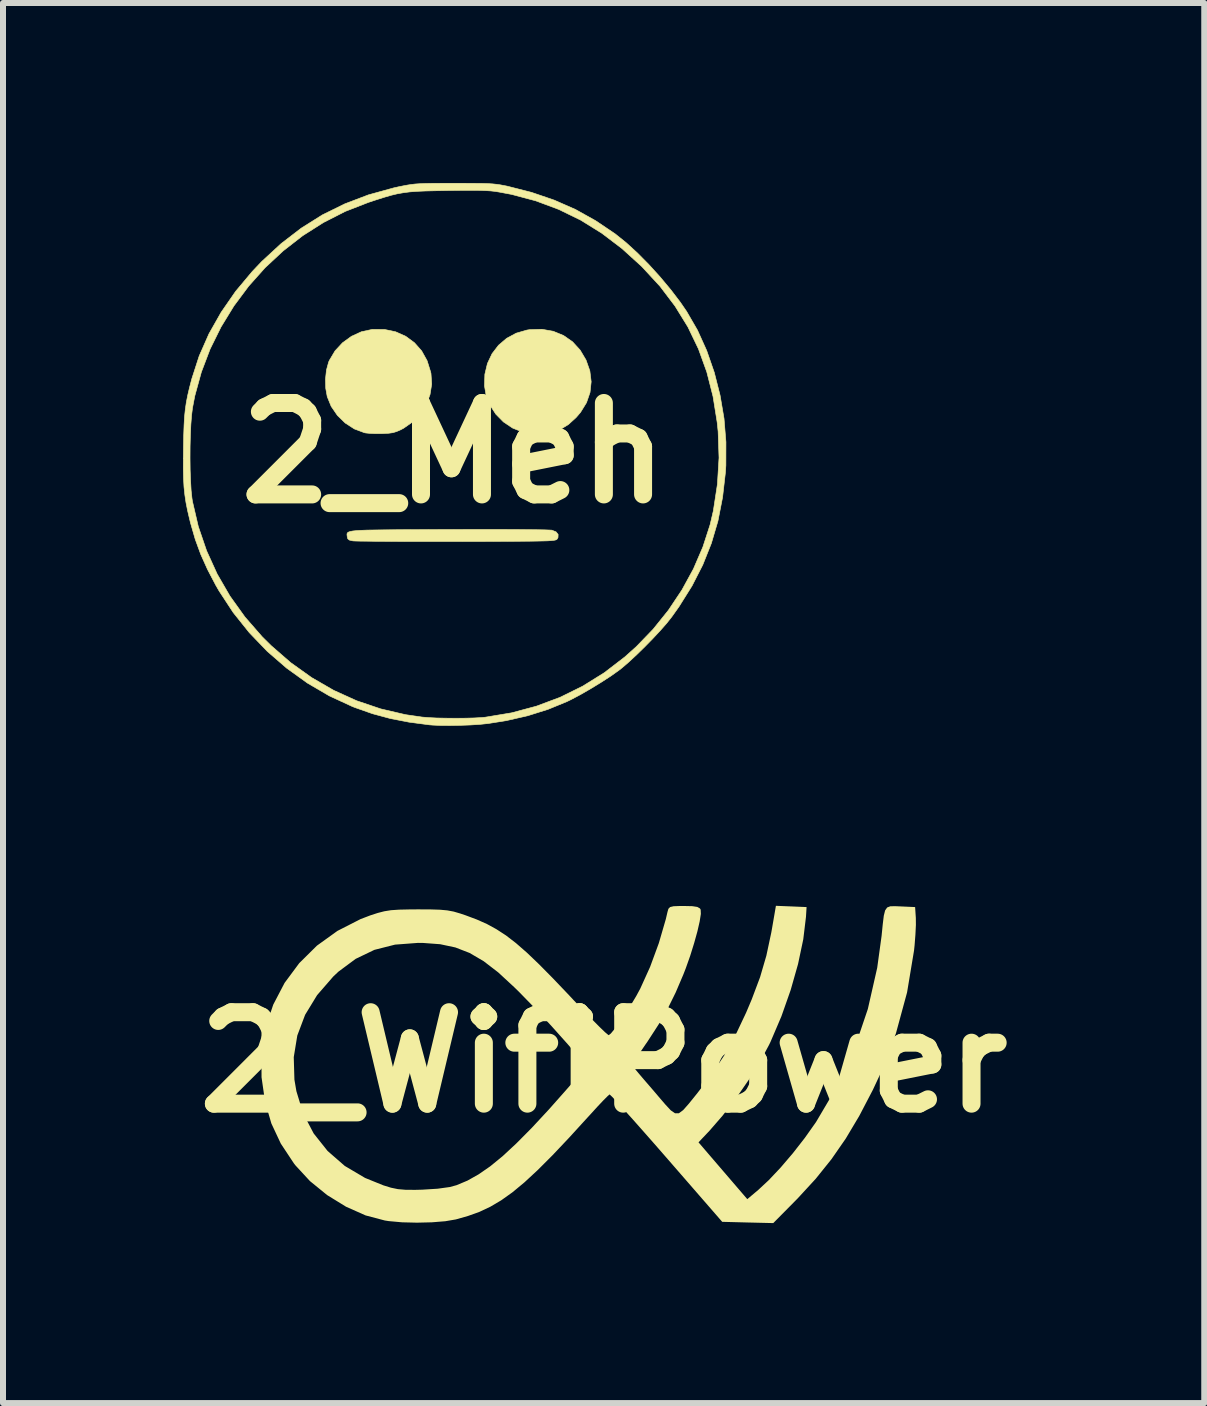
<source format=kicad_pcb>
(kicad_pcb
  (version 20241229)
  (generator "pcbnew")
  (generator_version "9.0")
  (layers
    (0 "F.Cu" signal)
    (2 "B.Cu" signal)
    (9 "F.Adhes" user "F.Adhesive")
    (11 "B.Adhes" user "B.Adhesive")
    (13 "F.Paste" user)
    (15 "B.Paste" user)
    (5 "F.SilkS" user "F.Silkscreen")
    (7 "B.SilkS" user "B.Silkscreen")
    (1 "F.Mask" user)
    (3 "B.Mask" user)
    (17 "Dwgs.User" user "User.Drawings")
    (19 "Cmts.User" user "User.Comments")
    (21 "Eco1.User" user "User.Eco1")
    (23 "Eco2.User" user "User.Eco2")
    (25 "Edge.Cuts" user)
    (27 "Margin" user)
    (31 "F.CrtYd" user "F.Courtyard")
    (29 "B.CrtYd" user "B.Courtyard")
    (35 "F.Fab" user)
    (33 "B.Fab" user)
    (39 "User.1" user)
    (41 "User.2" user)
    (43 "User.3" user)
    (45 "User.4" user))
  (footprint "2_Meh"
    (layer "F.Cu")
    (at 4.511 4.501)
    (property "Reference" "2_Meh" (at 0 0 0) (layer "F.SilkS") (effects (font (size 1.524 1.524) (thickness 0.3))))
    (attr through_hole)
    (fp_poly (pts (xy 1.659 -2.03) (xy 1.83 -1.96) (xy 1.981 -1.855) (xy 2.108 -1.716) (xy 2.206 -1.551) (xy 2.27 -1.37) (xy 2.292 -1.189) (xy 2.273 -1.011) (xy 2.214 -0.84) (xy 2.114 -0.678) (xy 2.04 -0.592) (xy 1.911 -0.475) (xy 1.78 -0.395) (xy 1.636 -0.347) (xy 1.468 -0.326) (xy 1.455 -0.325) (xy 1.305 -0.326) (xy 1.186 -0.34) (xy 1.154 -0.348) (xy 0.982 -0.417) (xy 0.83 -0.519) (xy 0.703 -0.648) (xy 0.605 -0.799) (xy 0.54 -0.966) (xy 0.514 -1.12) (xy 0.52 -1.313) (xy 0.563 -1.493) (xy 0.64 -1.656) (xy 0.748 -1.797) (xy 0.883 -1.912) (xy 1.042 -1.998) (xy 1.222 -2.05) (xy 1.269 -2.057) (xy 1.471 -2.063) (xy 1.659 -2.03)) (stroke (width 0.01) (type solid)) (fill yes) (layer "F.SilkS"))
    (fp_poly (pts (xy -1.152 -2.06) (xy -0.967 -2.021) (xy -0.799 -1.946) (xy -0.654 -1.839) (xy -0.533 -1.702) (xy -0.442 -1.538) (xy -0.383 -1.349) (xy -0.378 -1.326) (xy -0.366 -1.149) (xy -0.394 -0.974) (xy -0.457 -0.808) (xy -0.554 -0.655) (xy -0.68 -0.522) (xy -0.834 -0.414) (xy -0.883 -0.388) (xy -0.95 -0.359) (xy -1.012 -0.34) (xy -1.084 -0.33) (xy -1.182 -0.325) (xy -1.206 -0.324) (xy -1.304 -0.324) (xy -1.396 -0.328) (xy -1.467 -0.335) (xy -1.487 -0.339) (xy -1.655 -0.402) (xy -1.808 -0.501) (xy -1.938 -0.628) (xy -2.041 -0.778) (xy -2.107 -0.94) (xy -2.132 -1.079) (xy -2.136 -1.232) (xy -2.12 -1.383) (xy -2.084 -1.516) (xy -2.071 -1.545) (xy -1.977 -1.703) (xy -1.852 -1.838) (xy -1.703 -1.946) (xy -1.537 -2.022) (xy -1.361 -2.06) (xy -1.353 -2.061) (xy -1.152 -2.06)) (stroke (width 0.01) (type solid)) (fill yes) (layer "F.SilkS"))
    (fp_poly (pts (xy 0.661 1.274) (xy 0.88 1.274) (xy 1.079 1.275) (xy 1.253 1.277) (xy 1.399 1.278) (xy 1.514 1.28) (xy 1.593 1.283) (xy 1.635 1.285) (xy 1.638 1.286) (xy 1.706 1.313) (xy 1.741 1.356) (xy 1.739 1.408) (xy 1.725 1.432) (xy 1.719 1.439) (xy 1.708 1.445) (xy 1.69 1.451) (xy 1.663 1.455) (xy 1.623 1.459) (xy 1.567 1.463) (xy 1.494 1.465) (xy 1.4 1.467) (xy 1.281 1.469) (xy 1.137 1.47) (xy 0.962 1.471) (xy 0.756 1.472) (xy 0.515 1.473) (xy 0.235 1.473) (xy 0.049 1.474) (xy -0.213 1.474) (xy -0.465 1.474) (xy -0.702 1.474) (xy -0.922 1.473) (xy -1.121 1.472) (xy -1.296 1.471) (xy -1.442 1.469) (xy -1.557 1.468) (xy -1.637 1.466) (xy -1.679 1.464) (xy -1.683 1.463) (xy -1.739 1.45) (xy -1.765 1.428) (xy -1.773 1.397) (xy -1.776 1.376) (xy -1.778 1.357) (xy -1.776 1.342) (xy -1.769 1.328) (xy -1.752 1.317) (xy -1.724 1.307) (xy -1.681 1.299) (xy -1.622 1.293) (xy -1.543 1.288) (xy -1.441 1.284) (xy -1.314 1.282) (xy -1.159 1.28) (xy -0.974 1.278) (xy -0.756 1.277) (xy -0.502 1.276) (xy -0.209 1.275) (xy -0.091 1.275) (xy 0.172 1.274) (xy 0.423 1.274) (xy 0.661 1.274)) (stroke (width 0.01) (type solid)) (fill yes) (layer "F.SilkS"))
    (fp_poly (pts (xy 0.199 -4.496) (xy 0.351 -4.495) (xy 0.472 -4.494) (xy 0.57 -4.491) (xy 0.65 -4.486) (xy 0.717 -4.479) (xy 0.779 -4.47) (xy 0.842 -4.458) (xy 0.889 -4.449) (xy 1.297 -4.345) (xy 1.675 -4.216) (xy 2.03 -4.06) (xy 2.367 -3.872) (xy 2.695 -3.651) (xy 2.702 -3.645) (xy 2.876 -3.505) (xy 3.062 -3.335) (xy 3.252 -3.143) (xy 3.44 -2.936) (xy 3.617 -2.724) (xy 3.778 -2.513) (xy 3.883 -2.36) (xy 4.064 -2.047) (xy 4.218 -1.706) (xy 4.344 -1.342) (xy 4.44 -0.964) (xy 4.506 -0.576) (xy 4.538 -0.184) (xy 4.537 0.205) (xy 4.53 0.318) (xy 4.482 0.737) (xy 4.405 1.131) (xy 4.295 1.504) (xy 4.152 1.863) (xy 3.973 2.213) (xy 3.755 2.561) (xy 3.634 2.731) (xy 3.551 2.836) (xy 3.443 2.959) (xy 3.318 3.093) (xy 3.184 3.23) (xy 3.049 3.362) (xy 2.921 3.481) (xy 2.806 3.58) (xy 2.751 3.623) (xy 2.614 3.72) (xy 2.453 3.824) (xy 2.281 3.929) (xy 2.111 4.027) (xy 1.954 4.11) (xy 1.886 4.143) (xy 1.574 4.271) (xy 1.234 4.378) (xy 0.875 4.46) (xy 0.572 4.508) (xy 0.437 4.522) (xy 0.279 4.532) (xy 0.11 4.538) (xy -0.06 4.541) (xy -0.217 4.54) (xy -0.35 4.534) (xy -0.402 4.53) (xy -0.744 4.485) (xy -1.057 4.424) (xy -1.353 4.344) (xy -1.643 4.242) (xy -1.689 4.224) (xy -2.072 4.047) (xy -2.438 3.833) (xy -2.784 3.584) (xy -3.107 3.304) (xy -3.405 2.994) (xy -3.673 2.659) (xy -3.909 2.299) (xy -3.965 2.202) (xy -4.102 1.94) (xy -4.214 1.691) (xy -4.306 1.44) (xy -4.384 1.171) (xy -4.402 1.098) (xy -4.435 0.957) (xy -4.461 0.826) (xy -4.48 0.699) (xy -4.494 0.568) (xy -4.502 0.424) (xy -4.506 0.26) (xy -4.505 0.085) (xy -4.394 0.085) (xy -4.392 0.277) (xy -4.385 0.458) (xy -4.376 0.619) (xy -4.362 0.75) (xy -4.354 0.804) (xy -4.256 1.224) (xy -4.118 1.628) (xy -3.942 2.015) (xy -3.729 2.383) (xy -3.479 2.732) (xy -3.192 3.061) (xy -3.044 3.208) (xy -2.715 3.494) (xy -2.366 3.743) (xy -1.999 3.955) (xy -1.615 4.129) (xy -1.215 4.264) (xy -0.803 4.36) (xy -0.529 4.4) (xy -0.421 4.409) (xy -0.283 4.416) (xy -0.127 4.419) (xy 0.037 4.42) (xy 0.198 4.419) (xy 0.346 4.415) (xy 0.469 4.408) (xy 0.53 4.402) (xy 0.964 4.33) (xy 1.378 4.219) (xy 1.774 4.071) (xy 2.151 3.885) (xy 2.511 3.661) (xy 2.853 3.398) (xy 3.043 3.228) (xy 3.324 2.937) (xy 3.579 2.62) (xy 3.804 2.283) (xy 3.997 1.93) (xy 4.154 1.565) (xy 4.274 1.195) (xy 4.328 0.964) (xy 4.396 0.52) (xy 4.423 0.079) (xy 4.408 -0.358) (xy 4.392 -0.512) (xy 4.323 -0.943) (xy 4.219 -1.351) (xy 4.08 -1.736) (xy 3.904 -2.102) (xy 3.69 -2.449) (xy 3.439 -2.78) (xy 3.148 -3.095) (xy 3.134 -3.11) (xy 2.807 -3.407) (xy 2.469 -3.664) (xy 2.118 -3.882) (xy 1.751 -4.061) (xy 1.368 -4.204) (xy 0.966 -4.311) (xy 0.758 -4.35) (xy 0.69 -4.361) (xy 0.618 -4.369) (xy 0.537 -4.374) (xy 0.44 -4.378) (xy 0.321 -4.379) (xy 0.175 -4.379) (xy -0.004 -4.377) (xy -0.099 -4.376) (xy -0.302 -4.372) (xy -0.47 -4.368) (xy -0.61 -4.362) (xy -0.73 -4.353) (xy -0.838 -4.339) (xy -0.94 -4.321) (xy -1.044 -4.296) (xy -1.157 -4.263) (xy -1.287 -4.222) (xy -1.423 -4.177) (xy -1.806 -4.028) (xy -2.171 -3.842) (xy -2.517 -3.622) (xy -2.841 -3.37) (xy -3.142 -3.09) (xy -3.416 -2.783) (xy -3.662 -2.453) (xy -3.877 -2.102) (xy -4.059 -1.734) (xy -4.205 -1.35) (xy -4.314 -0.954) (xy -4.353 -0.751) (xy -4.368 -0.63) (xy -4.38 -0.477) (xy -4.388 -0.301) (xy -4.393 -0.111) (xy -4.394 0.085) (xy -4.505 0.085) (xy -4.505 0.068) (xy -4.503 -0.107) (xy -4.499 -0.305) (xy -4.493 -0.469) (xy -4.485 -0.608) (xy -4.472 -0.732) (xy -4.455 -0.848) (xy -4.432 -0.965) (xy -4.402 -1.092) (xy -4.364 -1.238) (xy -4.241 -1.618) (xy -4.078 -1.988) (xy -3.874 -2.348) (xy -3.633 -2.696) (xy -3.354 -3.029) (xy -3.197 -3.194) (xy -2.875 -3.491) (xy -2.539 -3.749) (xy -2.187 -3.97) (xy -1.815 -4.153) (xy -1.421 -4.303) (xy -1.001 -4.419) (xy -0.921 -4.437) (xy -0.842 -4.453) (xy -0.773 -4.466) (xy -0.709 -4.476) (xy -0.642 -4.484) (xy -0.566 -4.489) (xy -0.475 -4.493) (xy -0.363 -4.495) (xy -0.223 -4.496) (xy -0.049 -4.496) (xy 0.011 -4.496) (xy 0.199 -4.496)) (stroke (width 0.01) (type solid)) (fill yes) (layer "F.SilkS")))
  (footprint "2_WifiPower"
    (layer "F.Cu")
    (at 7.01 14.655)
    (property "Reference" "2_WifiPower" (at 0 0 0) (layer "F.SilkS") (effects (font (size 1.524 1.524) (thickness 0.3))))
    (attr board_only exclude_from_pos_files exclude_from_bom)
    (fp_poly (pts (xy 3.127 -2.598) (xy 3.383 -2.587) (xy 3.373 -2.424) (xy 3.328 -2.05) (xy 3.241 -1.638) (xy 3.118 -1.205) (xy 2.964 -0.767) (xy 2.783 -0.343) (xy 2.757 -0.289) (xy 2.608 -0.011) (xy 2.419 0.293) (xy 2.206 0.601) (xy 1.982 0.891) (xy 1.764 1.142) (xy 1.743 1.164) (xy 1.582 1.334) (xy 1.988 1.807) (xy 2.395 2.281) (xy 2.578 2.127) (xy 2.753 1.964) (xy 2.95 1.755) (xy 3.155 1.515) (xy 3.353 1.261) (xy 3.532 1.008) (xy 3.541 0.995) (xy 3.894 0.397) (xy 4.182 -0.231) (xy 4.404 -0.888) (xy 4.56 -1.574) (xy 4.633 -2.105) (xy 4.653 -2.304) (xy 4.67 -2.443) (xy 4.692 -2.531) (xy 4.726 -2.58) (xy 4.778 -2.6) (xy 4.856 -2.602) (xy 4.951 -2.598) (xy 5.192 -2.587) (xy 5.204 -2.406) (xy 5.205 -2.289) (xy 5.197 -2.127) (xy 5.183 -1.948) (xy 5.174 -1.863) (xy 5.058 -1.165) (xy 4.872 -0.481) (xy 4.618 0.181) (xy 4.487 0.461) (xy 4.261 0.894) (xy 4.035 1.273) (xy 3.797 1.616) (xy 3.536 1.941) (xy 3.238 2.265) (xy 3.178 2.326) (xy 2.828 2.68) (xy 2.403 2.67) (xy 1.977 2.659) (xy 1.051 1.594) (xy 0.846 1.359) (xy 0.655 1.142) (xy 0.484 0.949) (xy 0.338 0.787) (xy 0.222 0.66) (xy 0.142 0.575) (xy 0.102 0.537) (xy 0.099 0.536) (xy 0.067 0.564) (xy -0.005 0.636) (xy -0.105 0.742) (xy -0.224 0.873) (xy -0.262 0.914) (xy -0.576 1.258) (xy -0.853 1.551) (xy -1.098 1.796) (xy -1.317 1.999) (xy -1.518 2.166) (xy -1.706 2.3) (xy -1.889 2.408) (xy -2.072 2.494) (xy -2.262 2.562) (xy -2.463 2.619) (xy -2.639 2.649) (xy -2.863 2.667) (xy -3.111 2.673) (xy -3.358 2.667) (xy -3.58 2.647) (xy -3.645 2.637) (xy -3.967 2.552) (xy -4.293 2.407) (xy -4.608 2.213) (xy -4.894 1.98) (xy -5.136 1.718) (xy -5.163 1.683) (xy -5.38 1.355) (xy -5.537 1.02) (xy -5.642 0.659) (xy -5.7 0.256) (xy -5.701 0.253) (xy -5.702 -0.086) (xy -5.164 -0.086) (xy -5.153 0.289) (xy -5.12 0.482) (xy -5.007 0.853) (xy -4.832 1.186) (xy -4.6 1.478) (xy -4.314 1.727) (xy -3.976 1.927) (xy -3.673 2.05) (xy -3.544 2.09) (xy -3.428 2.114) (xy -3.3 2.125) (xy -3.138 2.126) (xy -3.021 2.123) (xy -2.766 2.107) (xy -2.564 2.079) (xy -2.45 2.048) (xy -2.269 1.972) (xy -2.084 1.868) (xy -1.89 1.734) (xy -1.681 1.563) (xy -1.453 1.351) (xy -1.198 1.094) (xy -0.912 0.786) (xy -0.655 0.496) (xy -0.513 0.334) (xy -0.414 0.216) (xy -0.352 0.134) (xy -0.321 0.079) (xy -0.316 0.041) (xy -0.329 0.012) (xy -0.332 0.008) (xy -0.593 -0.296) (xy -0.872 -0.608) (xy -1.151 -0.908) (xy -1.411 -1.175) (xy -1.491 -1.253) (xy -1.756 -1.498) (xy -1.999 -1.685) (xy -2.233 -1.822) (xy -2.47 -1.914) (xy -2.724 -1.968) (xy -3.008 -1.989) (xy -3.094 -1.99) (xy -3.476 -1.961) (xy -3.82 -1.874) (xy -4.132 -1.724) (xy -4.419 -1.511) (xy -4.506 -1.429) (xy -4.775 -1.119) (xy -4.975 -0.791) (xy -5.105 -0.446) (xy -5.164 -0.086) (xy -5.702 -0.086) (xy -5.702 -0.167) (xy -5.636 -0.573) (xy -5.506 -0.961) (xy -5.317 -1.323) (xy -5.073 -1.652) (xy -4.778 -1.944) (xy -4.436 -2.19) (xy -4.052 -2.386) (xy -3.89 -2.448) (xy -3.764 -2.489) (xy -3.655 -2.517) (xy -3.543 -2.535) (xy -3.409 -2.544) (xy -3.233 -2.548) (xy -3.094 -2.549) (xy -2.884 -2.548) (xy -2.727 -2.543) (xy -2.606 -2.532) (xy -2.499 -2.512) (xy -2.39 -2.48) (xy -2.298 -2.449) (xy -2.114 -2.38) (xy -1.945 -2.305) (xy -1.786 -2.218) (xy -1.626 -2.114) (xy -1.46 -1.986) (xy -1.279 -1.828) (xy -1.076 -1.634) (xy -0.844 -1.399) (xy -0.574 -1.116) (xy -0.495 -1.031) (xy -0.334 -0.862) (xy -0.19 -0.713) (xy -0.068 -0.59) (xy 0.023 -0.502) (xy 0.077 -0.457) (xy 0.086 -0.452) (xy 0.122 -0.481) (xy 0.187 -0.56) (xy 0.27 -0.674) (xy 0.363 -0.812) (xy 0.457 -0.959) (xy 0.544 -1.104) (xy 0.612 -1.23) (xy 0.775 -1.59) (xy 0.921 -1.987) (xy 1.037 -2.386) (xy 1.065 -2.506) (xy 1.08 -2.558) (xy 1.108 -2.587) (xy 1.166 -2.601) (xy 1.271 -2.605) (xy 1.341 -2.605) (xy 1.48 -2.602) (xy 1.563 -2.589) (xy 1.606 -2.564) (xy 1.618 -2.544) (xy 1.621 -2.472) (xy 1.601 -2.346) (xy 1.563 -2.18) (xy 1.509 -1.986) (xy 1.444 -1.777) (xy 1.37 -1.568) (xy 1.33 -1.465) (xy 1.202 -1.165) (xy 1.069 -0.895) (xy 0.915 -0.628) (xy 0.727 -0.338) (xy 0.698 -0.297) (xy 0.599 -0.151) (xy 0.536 -0.051) (xy 0.504 0.014) (xy 0.497 0.058) (xy 0.512 0.093) (xy 0.532 0.121) (xy 0.58 0.179) (xy 0.664 0.278) (xy 0.773 0.404) (xy 0.894 0.545) (xy 0.901 0.554) (xy 1.028 0.702) (xy 1.12 0.801) (xy 1.191 0.85) (xy 1.255 0.849) (xy 1.326 0.797) (xy 1.418 0.693) (xy 1.544 0.537) (xy 1.554 0.525) (xy 1.798 0.206) (xy 2.009 -0.112) (xy 2.197 -0.45) (xy 2.376 -0.829) (xy 2.469 -1.049) (xy 2.608 -1.419) (xy 2.713 -1.778) (xy 2.795 -2.163) (xy 2.808 -2.236) (xy 2.872 -2.608)) (stroke (width 0) (type solid)) (fill yes) (layer "F.SilkS")))
  (gr_rect
    (start -3 -3)
    (end 17.021 20.335)
    (stroke (width 0.1) (type default))
    (fill no)
    (layer "Edge.Cuts")))
</source>
